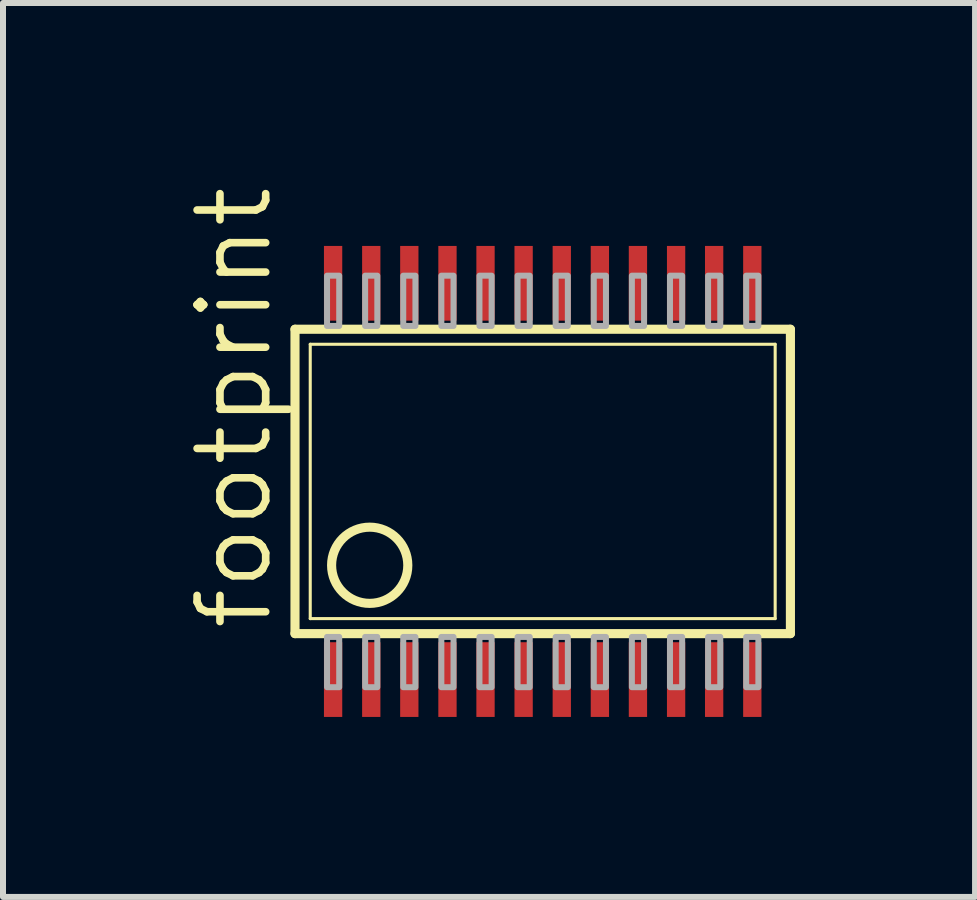
<source format=kicad_pcb>
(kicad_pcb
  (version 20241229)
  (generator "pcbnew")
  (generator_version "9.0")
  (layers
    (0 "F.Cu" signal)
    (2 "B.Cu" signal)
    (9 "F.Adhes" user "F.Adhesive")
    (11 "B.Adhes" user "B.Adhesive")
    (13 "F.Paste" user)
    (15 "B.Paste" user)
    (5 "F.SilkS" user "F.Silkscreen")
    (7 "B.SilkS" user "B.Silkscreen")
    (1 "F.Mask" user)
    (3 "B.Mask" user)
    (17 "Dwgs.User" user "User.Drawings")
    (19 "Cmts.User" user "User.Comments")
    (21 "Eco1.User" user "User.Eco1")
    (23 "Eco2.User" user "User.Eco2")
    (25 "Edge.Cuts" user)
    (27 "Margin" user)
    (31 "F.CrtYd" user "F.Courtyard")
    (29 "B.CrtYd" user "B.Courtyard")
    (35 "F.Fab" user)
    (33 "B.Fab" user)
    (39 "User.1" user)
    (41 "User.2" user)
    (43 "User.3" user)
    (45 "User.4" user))
  (footprint "footprint"
    (layer "F.Cu")
    (at 5.994 4.973)
    (property "Reference" "footprint" (at -4.47 2.527 90) (layer "F.SilkS") (effects (font (size 1.143 1.143) (thickness 0.127)) (justify left bottom)))
    (fp_line (start -4.128 2.536) (end -4.128 -2.536) (stroke (width 0.152) (type solid)) (layer "F.SilkS"))
    (fp_line (start -4.128 2.536) (end 4.128 2.536) (stroke (width 0.152) (type solid)) (layer "F.SilkS"))
    (fp_line (start -3.874 2.286) (end -3.874 -2.286) (stroke (width 0.051) (type solid)) (layer "F.SilkS"))
    (fp_line (start -3.874 2.286) (end 3.874 2.286) (stroke (width 0.051) (type solid)) (layer "F.SilkS"))
    (fp_line (start 3.874 -2.286) (end -3.874 -2.286) (stroke (width 0.051) (type solid)) (layer "F.SilkS"))
    (fp_line (start 3.874 -2.286) (end 3.874 2.286) (stroke (width 0.051) (type solid)) (layer "F.SilkS"))
    (fp_line (start 4.128 -2.536) (end -4.128 -2.536) (stroke (width 0.152) (type solid)) (layer "F.SilkS"))
    (fp_line (start 4.128 2.536) (end 4.128 -2.536) (stroke (width 0.152) (type solid)) (layer "F.SilkS"))
    (fp_circle (center -2.883 1.397) (end -2.248 1.397) (stroke (width 0.152) (type solid)) (fill no) (layer "F.SilkS"))
    (fp_poly (pts (xy -3.594 -2.591) (xy -3.391 -2.591) (xy -3.391 -3.429) (xy -3.594 -3.429)) (stroke (width 0.1) (type solid)) (fill no) (layer "F.Fab"))
    (fp_poly (pts (xy -3.594 3.429) (xy -3.391 3.429) (xy -3.391 2.591) (xy -3.594 2.591)) (stroke (width 0.1) (type solid)) (fill no) (layer "F.Fab"))
    (fp_poly (pts (xy -2.959 -2.591) (xy -2.756 -2.591) (xy -2.756 -3.429) (xy -2.959 -3.429)) (stroke (width 0.1) (type solid)) (fill no) (layer "F.Fab"))
    (fp_poly (pts (xy -2.959 3.429) (xy -2.756 3.429) (xy -2.756 2.591) (xy -2.959 2.591)) (stroke (width 0.1) (type solid)) (fill no) (layer "F.Fab"))
    (fp_poly (pts (xy -2.324 -2.591) (xy -2.121 -2.591) (xy -2.121 -3.429) (xy -2.324 -3.429)) (stroke (width 0.1) (type solid)) (fill no) (layer "F.Fab"))
    (fp_poly (pts (xy -2.324 3.429) (xy -2.121 3.429) (xy -2.121 2.591) (xy -2.324 2.591)) (stroke (width 0.1) (type solid)) (fill no) (layer "F.Fab"))
    (fp_poly (pts (xy -1.689 -2.591) (xy -1.486 -2.591) (xy -1.486 -3.429) (xy -1.689 -3.429)) (stroke (width 0.1) (type solid)) (fill no) (layer "F.Fab"))
    (fp_poly (pts (xy -1.689 3.429) (xy -1.486 3.429) (xy -1.486 2.591) (xy -1.689 2.591)) (stroke (width 0.1) (type solid)) (fill no) (layer "F.Fab"))
    (fp_poly (pts (xy -1.054 -2.591) (xy -0.851 -2.591) (xy -0.851 -3.429) (xy -1.054 -3.429)) (stroke (width 0.1) (type solid)) (fill no) (layer "F.Fab"))
    (fp_poly (pts (xy -1.054 3.429) (xy -0.851 3.429) (xy -0.851 2.591) (xy -1.054 2.591)) (stroke (width 0.1) (type solid)) (fill no) (layer "F.Fab"))
    (fp_poly (pts (xy -0.419 -2.591) (xy -0.216 -2.591) (xy -0.216 -3.429) (xy -0.419 -3.429)) (stroke (width 0.1) (type solid)) (fill no) (layer "F.Fab"))
    (fp_poly (pts (xy -0.419 3.429) (xy -0.216 3.429) (xy -0.216 2.591) (xy -0.419 2.591)) (stroke (width 0.1) (type solid)) (fill no) (layer "F.Fab"))
    (fp_poly (pts (xy 0.216 -2.591) (xy 0.419 -2.591) (xy 0.419 -3.429) (xy 0.216 -3.429)) (stroke (width 0.1) (type solid)) (fill no) (layer "F.Fab"))
    (fp_poly (pts (xy 0.216 3.429) (xy 0.419 3.429) (xy 0.419 2.591) (xy 0.216 2.591)) (stroke (width 0.1) (type solid)) (fill no) (layer "F.Fab"))
    (fp_poly (pts (xy 0.851 -2.591) (xy 1.054 -2.591) (xy 1.054 -3.429) (xy 0.851 -3.429)) (stroke (width 0.1) (type solid)) (fill no) (layer "F.Fab"))
    (fp_poly (pts (xy 0.851 3.429) (xy 1.054 3.429) (xy 1.054 2.591) (xy 0.851 2.591)) (stroke (width 0.1) (type solid)) (fill no) (layer "F.Fab"))
    (fp_poly (pts (xy 1.486 -2.591) (xy 1.689 -2.591) (xy 1.689 -3.429) (xy 1.486 -3.429)) (stroke (width 0.1) (type solid)) (fill no) (layer "F.Fab"))
    (fp_poly (pts (xy 1.486 3.429) (xy 1.689 3.429) (xy 1.689 2.591) (xy 1.486 2.591)) (stroke (width 0.1) (type solid)) (fill no) (layer "F.Fab"))
    (fp_poly (pts (xy 2.121 -2.591) (xy 2.324 -2.591) (xy 2.324 -3.429) (xy 2.121 -3.429)) (stroke (width 0.1) (type solid)) (fill no) (layer "F.Fab"))
    (fp_poly (pts (xy 2.121 3.429) (xy 2.324 3.429) (xy 2.324 2.591) (xy 2.121 2.591)) (stroke (width 0.1) (type solid)) (fill no) (layer "F.Fab"))
    (fp_poly (pts (xy 2.756 -2.591) (xy 2.959 -2.591) (xy 2.959 -3.429) (xy 2.756 -3.429)) (stroke (width 0.1) (type solid)) (fill no) (layer "F.Fab"))
    (fp_poly (pts (xy 2.756 3.429) (xy 2.959 3.429) (xy 2.959 2.591) (xy 2.756 2.591)) (stroke (width 0.1) (type solid)) (fill no) (layer "F.Fab"))
    (fp_poly (pts (xy 3.391 -2.591) (xy 3.594 -2.591) (xy 3.594 -3.429) (xy 3.391 -3.429)) (stroke (width 0.1) (type solid)) (fill no) (layer "F.Fab"))
    (fp_poly (pts (xy 3.391 3.429) (xy 3.594 3.429) (xy 3.594 2.591) (xy 3.391 2.591)) (stroke (width 0.1) (type solid)) (fill no) (layer "F.Fab"))
    (pad "1" smd rect (at -3.493 3.302) (size 0.305 1.245) (layers "F.Cu" "F.Mask" "F.Paste"))
    (pad "2" smd rect (at -2.857 3.302) (size 0.305 1.245) (layers "F.Cu" "F.Mask" "F.Paste"))
    (pad "3" smd rect (at -2.223 3.302) (size 0.305 1.245) (layers "F.Cu" "F.Mask" "F.Paste"))
    (pad "4" smd rect (at -1.587 3.302) (size 0.305 1.245) (layers "F.Cu" "F.Mask" "F.Paste"))
    (pad "5" smd rect (at -0.953 3.302) (size 0.305 1.245) (layers "F.Cu" "F.Mask" "F.Paste"))
    (pad "6" smd rect (at -0.318 3.302) (size 0.305 1.245) (layers "F.Cu" "F.Mask" "F.Paste"))
    (pad "7" smd rect (at 0.318 3.302) (size 0.305 1.245) (layers "F.Cu" "F.Mask" "F.Paste"))
    (pad "8" smd rect (at 0.953 3.302) (size 0.305 1.245) (layers "F.Cu" "F.Mask" "F.Paste"))
    (pad "9" smd rect (at 1.587 3.302) (size 0.305 1.245) (layers "F.Cu" "F.Mask" "F.Paste"))
    (pad "10" smd rect (at 2.223 3.302) (size 0.305 1.245) (layers "F.Cu" "F.Mask" "F.Paste"))
    (pad "11" smd rect (at 2.857 3.302) (size 0.305 1.245) (layers "F.Cu" "F.Mask" "F.Paste"))
    (pad "12" smd rect (at 3.493 3.302) (size 0.305 1.245) (layers "F.Cu" "F.Mask" "F.Paste"))
    (pad "13" smd rect (at 3.493 -3.302) (size 0.305 1.245) (layers "F.Cu" "F.Mask" "F.Paste"))
    (pad "14" smd rect (at 2.857 -3.302) (size 0.305 1.245) (layers "F.Cu" "F.Mask" "F.Paste"))
    (pad "15" smd rect (at 2.223 -3.302) (size 0.305 1.245) (layers "F.Cu" "F.Mask" "F.Paste"))
    (pad "16" smd rect (at 1.587 -3.302) (size 0.305 1.245) (layers "F.Cu" "F.Mask" "F.Paste"))
    (pad "17" smd rect (at 0.953 -3.302) (size 0.305 1.245) (layers "F.Cu" "F.Mask" "F.Paste"))
    (pad "18" smd rect (at 0.318 -3.302) (size 0.305 1.245) (layers "F.Cu" "F.Mask" "F.Paste"))
    (pad "19" smd rect (at -0.318 -3.302) (size 0.305 1.245) (layers "F.Cu" "F.Mask" "F.Paste"))
    (pad "20" smd rect (at -0.953 -3.302) (size 0.305 1.245) (layers "F.Cu" "F.Mask" "F.Paste"))
    (pad "21" smd rect (at -1.587 -3.302) (size 0.305 1.245) (layers "F.Cu" "F.Mask" "F.Paste"))
    (pad "22" smd rect (at -2.223 -3.302) (size 0.305 1.245) (layers "F.Cu" "F.Mask" "F.Paste"))
    (pad "23" smd rect (at -2.857 -3.302) (size 0.305 1.245) (layers "F.Cu" "F.Mask" "F.Paste"))
    (pad "24" smd rect (at -3.493 -3.302) (size 0.305 1.245) (layers "F.Cu" "F.Mask" "F.Paste")))
  (gr_rect
    (start -3 -3)
    (end 13.199 11.897)
    (stroke (width 0.1) (type default))
    (fill no)
    (layer "Edge.Cuts")))
</source>
